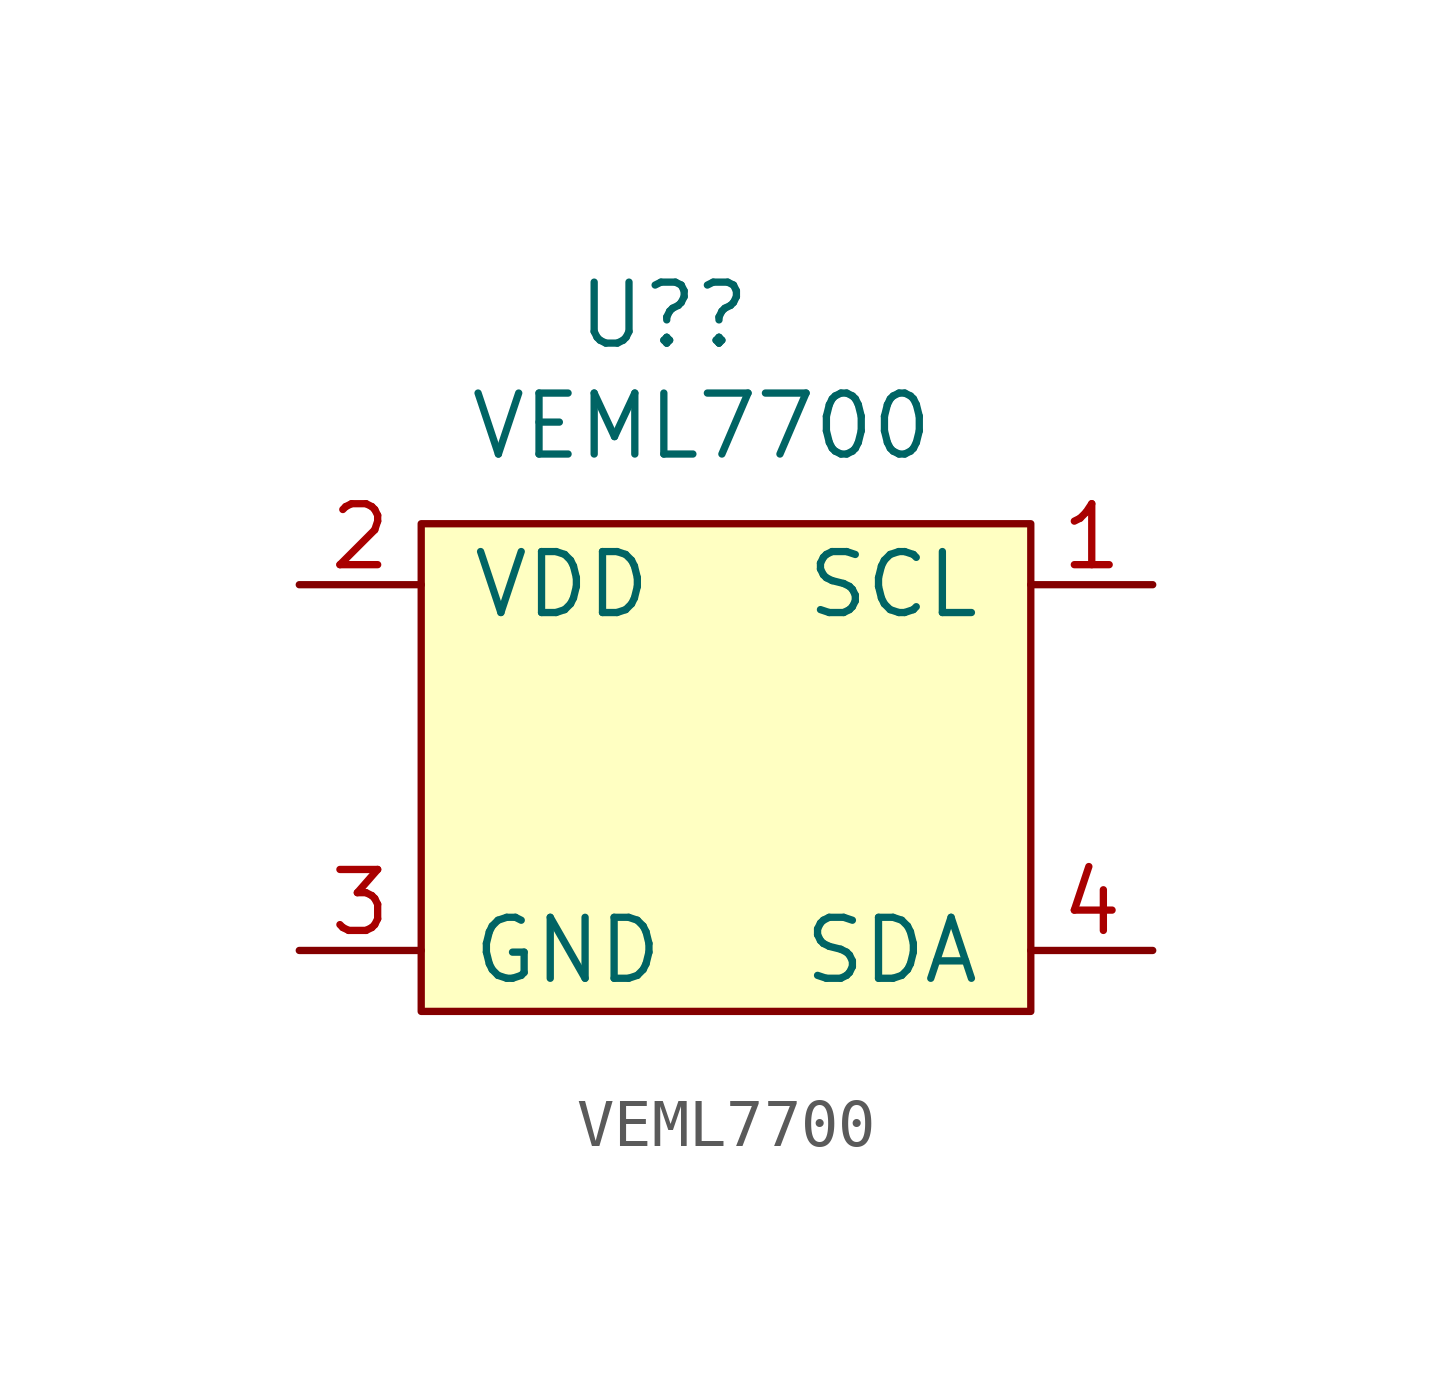
<source format=kicad_sym>
(kicad_symbol_lib
  (version 20211014)
  (generator kicad_symbol_editor)
  (symbol "VEML7700"
    (pin_names
      (offset 1.016))
    (property "Reference" "U?"
      (at 0.559 9.423 0)
      (effects (font (size 1.27 1.27)) (justify right)))
    (property "Value" "VEML7700"
      (at 4.369 7.112 0)
      (effects (font (size 1.27 1.27)) (justify right)))
    (symbol "VEML7700_0_1"
      (rectangle (start -6.35 5.08) (end 6.35 -5.08) (stroke (width 0) (type default) (color 0 0 0 0)) (fill (type background))))
    (symbol "VEML7700_1_1"
      (pin input line (at 8.89 3.81 180) (length 2.54) (name "SCL" (effects (font (size 1.27 1.27)))) (number "1" (effects (font (size 1.27 1.27)))))
      (pin power_in line (at -8.89 3.81 0) (length 2.54) (name "VDD" (effects (font (size 1.27 1.27)))) (number "2" (effects (font (size 1.27 1.27)))))
      (pin power_in line (at -8.89 -3.81 0) (length 2.54) (name "GND" (effects (font (size 1.27 1.27)))) (number "3" (effects (font (size 1.27 1.27)))))
      (pin bidirectional line (at 8.89 -3.81 180) (length 2.54) (name "SDA" (effects (font (size 1.27 1.27)))) (number "4" (effects (font (size 1.27 1.27))))))))
</source>
